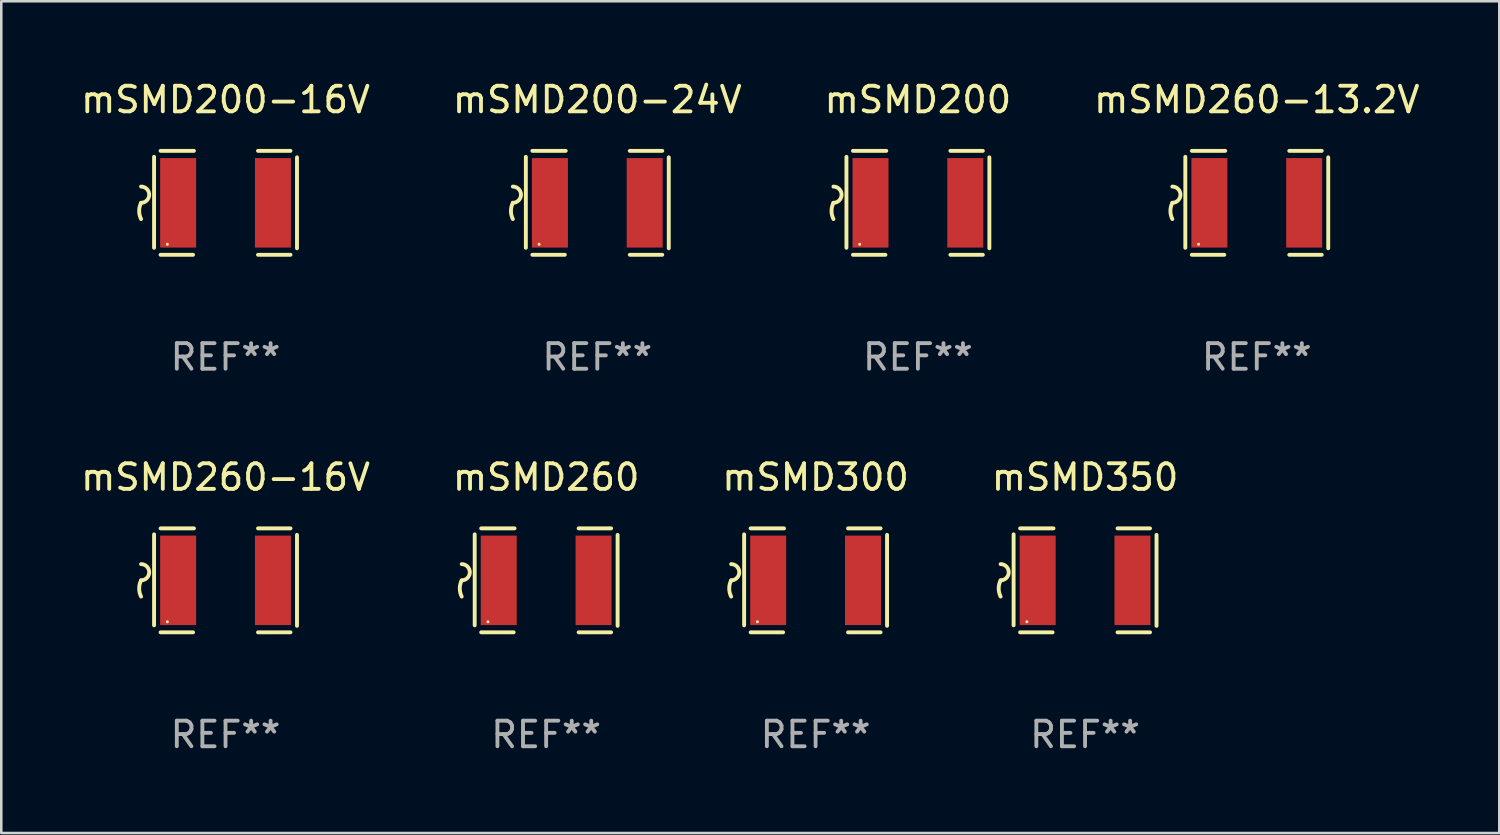
<source format=kicad_pcb>
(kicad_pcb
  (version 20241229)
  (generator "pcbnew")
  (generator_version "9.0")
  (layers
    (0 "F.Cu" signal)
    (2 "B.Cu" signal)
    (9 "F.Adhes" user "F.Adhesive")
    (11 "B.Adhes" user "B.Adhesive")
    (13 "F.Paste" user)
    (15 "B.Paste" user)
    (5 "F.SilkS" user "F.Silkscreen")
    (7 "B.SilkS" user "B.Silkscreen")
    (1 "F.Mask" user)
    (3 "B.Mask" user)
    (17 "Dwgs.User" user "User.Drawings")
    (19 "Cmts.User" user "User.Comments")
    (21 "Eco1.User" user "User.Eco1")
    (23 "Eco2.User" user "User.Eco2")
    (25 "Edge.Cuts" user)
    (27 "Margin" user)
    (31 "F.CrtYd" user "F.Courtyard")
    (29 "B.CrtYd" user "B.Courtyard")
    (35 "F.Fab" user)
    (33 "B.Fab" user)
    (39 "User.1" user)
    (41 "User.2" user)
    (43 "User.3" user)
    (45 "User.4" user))
  (footprint "mSMD300"
    (layer "F.Cu")
    (at 28.839 19.641)
    (property "Reference" "mSMD300" (at 0 -4.032 0) (layer "F.SilkS") (effects (font (size 1 1) (thickness 0.15))))
    (attr through_hole)
    (fp_line (start -2.794 -1.798) (end -2.794 1.758) (stroke (width 0.152) (type solid)) (layer "F.SilkS"))
    (fp_line (start -2.54 -2.032) (end -1.235 -2.032) (stroke (width 0.152) (type solid)) (layer "F.SilkS"))
    (fp_line (start -1.27 2.032) (end -2.54 2.032) (stroke (width 0.152) (type solid)) (layer "F.SilkS"))
    (fp_line (start 1.27 2.032) (end 2.54 2.032) (stroke (width 0.152) (type solid)) (layer "F.SilkS"))
    (fp_line (start 2.54 -2.032) (end 1.27 -2.032) (stroke (width 0.152) (type solid)) (layer "F.SilkS"))
    (fp_line (start 2.794 -1.778) (end 2.794 1.778) (stroke (width 0.152) (type solid)) (layer "F.SilkS"))
    (fp_arc (start -3.302007 -0.635002) (mid -2.984506 -0.317501) (end -3.302007 0) (stroke (width 0.151994) (type solid)) (layer "F.SilkS"))
    (fp_arc (start -3.302007 0.635002) (mid -3.376959 0.317501) (end -3.302007 0) (stroke (width 0.151994) (type solid)) (layer "F.SilkS"))
    (fp_circle (center -2.275 1.62) (end -2.245 1.62) (stroke (width 0.06) (type solid)) (fill no) (layer "F.SilkS"))
    (fp_text user "REF**" (at 0 6.032 0) (layer "F.Fab") (effects (font (size 1 1) (thickness 0.15))))
    (pad "1" smd rect (at -1.853 0) (size 1.407 3.499) (layers "F.Cu" "F.Mask" "F.Paste"))
    (pad "2" smd rect (at 1.853 0) (size 1.407 3.499) (layers "F.Cu" "F.Mask" "F.Paste")))
  (footprint "mSMD200"
    (layer "F.Cu")
    (at 32.839 4.88)
    (property "Reference" "mSMD200" (at 0 -4.032 0) (layer "F.SilkS") (effects (font (size 1 1) (thickness 0.15))))
    (attr through_hole)
    (fp_line (start -2.794 -1.798) (end -2.794 1.758) (stroke (width 0.152) (type solid)) (layer "F.SilkS"))
    (fp_line (start -2.54 -2.032) (end -1.235 -2.032) (stroke (width 0.152) (type solid)) (layer "F.SilkS"))
    (fp_line (start -1.27 2.032) (end -2.54 2.032) (stroke (width 0.152) (type solid)) (layer "F.SilkS"))
    (fp_line (start 1.27 2.032) (end 2.54 2.032) (stroke (width 0.152) (type solid)) (layer "F.SilkS"))
    (fp_line (start 2.54 -2.032) (end 1.27 -2.032) (stroke (width 0.152) (type solid)) (layer "F.SilkS"))
    (fp_line (start 2.794 -1.778) (end 2.794 1.778) (stroke (width 0.152) (type solid)) (layer "F.SilkS"))
    (fp_arc (start -3.302007 -0.635002) (mid -2.984506 -0.317501) (end -3.302007 0) (stroke (width 0.151994) (type solid)) (layer "F.SilkS"))
    (fp_arc (start -3.302007 0.635002) (mid -3.376959 0.317501) (end -3.302007 0) (stroke (width 0.151994) (type solid)) (layer "F.SilkS"))
    (fp_circle (center -2.275 1.62) (end -2.245 1.62) (stroke (width 0.06) (type solid)) (fill no) (layer "F.SilkS"))
    (fp_text user "REF**" (at 0 6.032 0) (layer "F.Fab") (effects (font (size 1 1) (thickness 0.15))))
    (pad "1" smd rect (at -1.853 0) (size 1.407 3.499) (layers "F.Cu" "F.Mask" "F.Paste"))
    (pad "2" smd rect (at 1.853 0) (size 1.407 3.499) (layers "F.Cu" "F.Mask" "F.Paste")))
  (footprint "mSMD200-16V"
    (layer "F.Cu")
    (at 5.768 4.88)
    (property "Reference" "mSMD200-16V" (at 0 -4.032 0) (layer "F.SilkS") (effects (font (size 1 1) (thickness 0.15))))
    (attr through_hole)
    (fp_line (start -2.794 -1.798) (end -2.794 1.758) (stroke (width 0.152) (type solid)) (layer "F.SilkS"))
    (fp_line (start -2.54 -2.032) (end -1.235 -2.032) (stroke (width 0.152) (type solid)) (layer "F.SilkS"))
    (fp_line (start -1.27 2.032) (end -2.54 2.032) (stroke (width 0.152) (type solid)) (layer "F.SilkS"))
    (fp_line (start 1.27 2.032) (end 2.54 2.032) (stroke (width 0.152) (type solid)) (layer "F.SilkS"))
    (fp_line (start 2.54 -2.032) (end 1.27 -2.032) (stroke (width 0.152) (type solid)) (layer "F.SilkS"))
    (fp_line (start 2.794 -1.778) (end 2.794 1.778) (stroke (width 0.152) (type solid)) (layer "F.SilkS"))
    (fp_arc (start -3.302007 -0.635002) (mid -2.984506 -0.317501) (end -3.302007 0) (stroke (width 0.151994) (type solid)) (layer "F.SilkS"))
    (fp_arc (start -3.302007 0.635002) (mid -3.376959 0.317501) (end -3.302007 0) (stroke (width 0.151994) (type solid)) (layer "F.SilkS"))
    (fp_circle (center -2.275 1.62) (end -2.245 1.62) (stroke (width 0.06) (type solid)) (fill no) (layer "F.SilkS"))
    (fp_text user "REF**" (at 0 6.032 0) (layer "F.Fab") (effects (font (size 1 1) (thickness 0.15))))
    (pad "1" smd rect (at -1.853 0) (size 1.407 3.499) (layers "F.Cu" "F.Mask" "F.Paste"))
    (pad "2" smd rect (at 1.853 0) (size 1.407 3.499) (layers "F.Cu" "F.Mask" "F.Paste")))
  (footprint "mSMD350"
    (layer "F.Cu")
    (at 39.375 19.641)
    (property "Reference" "mSMD350" (at 0 -4.032 0) (layer "F.SilkS") (effects (font (size 1 1) (thickness 0.15))))
    (attr through_hole)
    (fp_line (start -2.794 -1.798) (end -2.794 1.758) (stroke (width 0.152) (type solid)) (layer "F.SilkS"))
    (fp_line (start -2.54 -2.032) (end -1.235 -2.032) (stroke (width 0.152) (type solid)) (layer "F.SilkS"))
    (fp_line (start -1.27 2.032) (end -2.54 2.032) (stroke (width 0.152) (type solid)) (layer "F.SilkS"))
    (fp_line (start 1.27 2.032) (end 2.54 2.032) (stroke (width 0.152) (type solid)) (layer "F.SilkS"))
    (fp_line (start 2.54 -2.032) (end 1.27 -2.032) (stroke (width 0.152) (type solid)) (layer "F.SilkS"))
    (fp_line (start 2.794 -1.778) (end 2.794 1.778) (stroke (width 0.152) (type solid)) (layer "F.SilkS"))
    (fp_arc (start -3.302007 -0.635002) (mid -2.984506 -0.317501) (end -3.302007 0) (stroke (width 0.151994) (type solid)) (layer "F.SilkS"))
    (fp_arc (start -3.302007 0.635002) (mid -3.376959 0.317501) (end -3.302007 0) (stroke (width 0.151994) (type solid)) (layer "F.SilkS"))
    (fp_circle (center -2.275 1.62) (end -2.245 1.62) (stroke (width 0.06) (type solid)) (fill no) (layer "F.SilkS"))
    (fp_text user "REF**" (at 0 6.032 0) (layer "F.Fab") (effects (font (size 1 1) (thickness 0.15))))
    (pad "1" smd rect (at -1.853 0) (size 1.407 3.499) (layers "F.Cu" "F.Mask" "F.Paste"))
    (pad "2" smd rect (at 1.853 0) (size 1.407 3.499) (layers "F.Cu" "F.Mask" "F.Paste")))
  (footprint "mSMD260-13.2V"
    (layer "F.Cu")
    (at 46.089 4.88)
    (property "Reference" "mSMD260-13.2V" (at 0 -4.032 0) (layer "F.SilkS") (effects (font (size 1 1) (thickness 0.15))))
    (attr through_hole)
    (fp_line (start -2.794 -1.798) (end -2.794 1.758) (stroke (width 0.152) (type solid)) (layer "F.SilkS"))
    (fp_line (start -2.54 -2.032) (end -1.235 -2.032) (stroke (width 0.152) (type solid)) (layer "F.SilkS"))
    (fp_line (start -1.27 2.032) (end -2.54 2.032) (stroke (width 0.152) (type solid)) (layer "F.SilkS"))
    (fp_line (start 1.27 2.032) (end 2.54 2.032) (stroke (width 0.152) (type solid)) (layer "F.SilkS"))
    (fp_line (start 2.54 -2.032) (end 1.27 -2.032) (stroke (width 0.152) (type solid)) (layer "F.SilkS"))
    (fp_line (start 2.794 -1.778) (end 2.794 1.778) (stroke (width 0.152) (type solid)) (layer "F.SilkS"))
    (fp_arc (start -3.302007 -0.635002) (mid -2.984506 -0.317501) (end -3.302007 0) (stroke (width 0.151994) (type solid)) (layer "F.SilkS"))
    (fp_arc (start -3.302007 0.635002) (mid -3.376959 0.317501) (end -3.302007 0) (stroke (width 0.151994) (type solid)) (layer "F.SilkS"))
    (fp_circle (center -2.275 1.62) (end -2.245 1.62) (stroke (width 0.06) (type solid)) (fill no) (layer "F.SilkS"))
    (fp_text user "REF**" (at 0 6.032 0) (layer "F.Fab") (effects (font (size 1 1) (thickness 0.15))))
    (pad "1" smd rect (at -1.853 0) (size 1.407 3.499) (layers "F.Cu" "F.Mask" "F.Paste"))
    (pad "2" smd rect (at 1.853 0) (size 1.407 3.499) (layers "F.Cu" "F.Mask" "F.Paste")))
  (footprint "mSMD260-16V"
    (layer "F.Cu")
    (at 5.768 19.641)
    (property "Reference" "mSMD260-16V" (at 0 -4.032 0) (layer "F.SilkS") (effects (font (size 1 1) (thickness 0.15))))
    (attr through_hole)
    (fp_line (start -2.794 -1.798) (end -2.794 1.758) (stroke (width 0.152) (type solid)) (layer "F.SilkS"))
    (fp_line (start -2.54 -2.032) (end -1.235 -2.032) (stroke (width 0.152) (type solid)) (layer "F.SilkS"))
    (fp_line (start -1.27 2.032) (end -2.54 2.032) (stroke (width 0.152) (type solid)) (layer "F.SilkS"))
    (fp_line (start 1.27 2.032) (end 2.54 2.032) (stroke (width 0.152) (type solid)) (layer "F.SilkS"))
    (fp_line (start 2.54 -2.032) (end 1.27 -2.032) (stroke (width 0.152) (type solid)) (layer "F.SilkS"))
    (fp_line (start 2.794 -1.778) (end 2.794 1.778) (stroke (width 0.152) (type solid)) (layer "F.SilkS"))
    (fp_arc (start -3.302007 -0.635002) (mid -2.984506 -0.317501) (end -3.302007 0) (stroke (width 0.151994) (type solid)) (layer "F.SilkS"))
    (fp_arc (start -3.302007 0.635002) (mid -3.376959 0.317501) (end -3.302007 0) (stroke (width 0.151994) (type solid)) (layer "F.SilkS"))
    (fp_circle (center -2.275 1.62) (end -2.245 1.62) (stroke (width 0.06) (type solid)) (fill no) (layer "F.SilkS"))
    (fp_text user "REF**" (at 0 6.032 0) (layer "F.Fab") (effects (font (size 1 1) (thickness 0.15))))
    (pad "1" smd rect (at -1.853 0) (size 1.407 3.499) (layers "F.Cu" "F.Mask" "F.Paste"))
    (pad "2" smd rect (at 1.853 0) (size 1.407 3.499) (layers "F.Cu" "F.Mask" "F.Paste")))
  (footprint "mSMD200-24V"
    (layer "F.Cu")
    (at 20.304 4.88)
    (property "Reference" "mSMD200-24V" (at 0 -4.032 0) (layer "F.SilkS") (effects (font (size 1 1) (thickness 0.15))))
    (attr through_hole)
    (fp_line (start -2.794 -1.798) (end -2.794 1.758) (stroke (width 0.152) (type solid)) (layer "F.SilkS"))
    (fp_line (start -2.54 -2.032) (end -1.235 -2.032) (stroke (width 0.152) (type solid)) (layer "F.SilkS"))
    (fp_line (start -1.27 2.032) (end -2.54 2.032) (stroke (width 0.152) (type solid)) (layer "F.SilkS"))
    (fp_line (start 1.27 2.032) (end 2.54 2.032) (stroke (width 0.152) (type solid)) (layer "F.SilkS"))
    (fp_line (start 2.54 -2.032) (end 1.27 -2.032) (stroke (width 0.152) (type solid)) (layer "F.SilkS"))
    (fp_line (start 2.794 -1.778) (end 2.794 1.778) (stroke (width 0.152) (type solid)) (layer "F.SilkS"))
    (fp_arc (start -3.302007 -0.635002) (mid -2.984506 -0.317501) (end -3.302007 0) (stroke (width 0.151994) (type solid)) (layer "F.SilkS"))
    (fp_arc (start -3.302007 0.635002) (mid -3.376959 0.317501) (end -3.302007 0) (stroke (width 0.151994) (type solid)) (layer "F.SilkS"))
    (fp_circle (center -2.275 1.62) (end -2.245 1.62) (stroke (width 0.06) (type solid)) (fill no) (layer "F.SilkS"))
    (fp_text user "REF**" (at 0 6.032 0) (layer "F.Fab") (effects (font (size 1 1) (thickness 0.15))))
    (pad "1" smd rect (at -1.853 0) (size 1.407 3.499) (layers "F.Cu" "F.Mask" "F.Paste"))
    (pad "2" smd rect (at 1.853 0) (size 1.407 3.499) (layers "F.Cu" "F.Mask" "F.Paste")))
  (footprint "mSMD260"
    (layer "F.Cu")
    (at 18.304 19.641)
    (property "Reference" "mSMD260" (at 0 -4.032 0) (layer "F.SilkS") (effects (font (size 1 1) (thickness 0.15))))
    (attr through_hole)
    (fp_line (start -2.794 -1.798) (end -2.794 1.758) (stroke (width 0.152) (type solid)) (layer "F.SilkS"))
    (fp_line (start -2.54 -2.032) (end -1.235 -2.032) (stroke (width 0.152) (type solid)) (layer "F.SilkS"))
    (fp_line (start -1.27 2.032) (end -2.54 2.032) (stroke (width 0.152) (type solid)) (layer "F.SilkS"))
    (fp_line (start 1.27 2.032) (end 2.54 2.032) (stroke (width 0.152) (type solid)) (layer "F.SilkS"))
    (fp_line (start 2.54 -2.032) (end 1.27 -2.032) (stroke (width 0.152) (type solid)) (layer "F.SilkS"))
    (fp_line (start 2.794 -1.778) (end 2.794 1.778) (stroke (width 0.152) (type solid)) (layer "F.SilkS"))
    (fp_arc (start -3.302007 -0.635002) (mid -2.984506 -0.317501) (end -3.302007 0) (stroke (width 0.151994) (type solid)) (layer "F.SilkS"))
    (fp_arc (start -3.302007 0.635002) (mid -3.376959 0.317501) (end -3.302007 0) (stroke (width 0.151994) (type solid)) (layer "F.SilkS"))
    (fp_circle (center -2.275 1.62) (end -2.245 1.62) (stroke (width 0.06) (type solid)) (fill no) (layer "F.SilkS"))
    (fp_text user "REF**" (at 0 6.032 0) (layer "F.Fab") (effects (font (size 1 1) (thickness 0.15))))
    (pad "1" smd rect (at -1.853 0) (size 1.407 3.499) (layers "F.Cu" "F.Mask" "F.Paste"))
    (pad "2" smd rect (at 1.853 0) (size 1.407 3.499) (layers "F.Cu" "F.Mask" "F.Paste")))
  (gr_rect
    (start -3 -3)
    (end 55.571 29.521)
    (stroke (width 0.1) (type default))
    (fill no)
    (layer "Edge.Cuts")))
</source>
